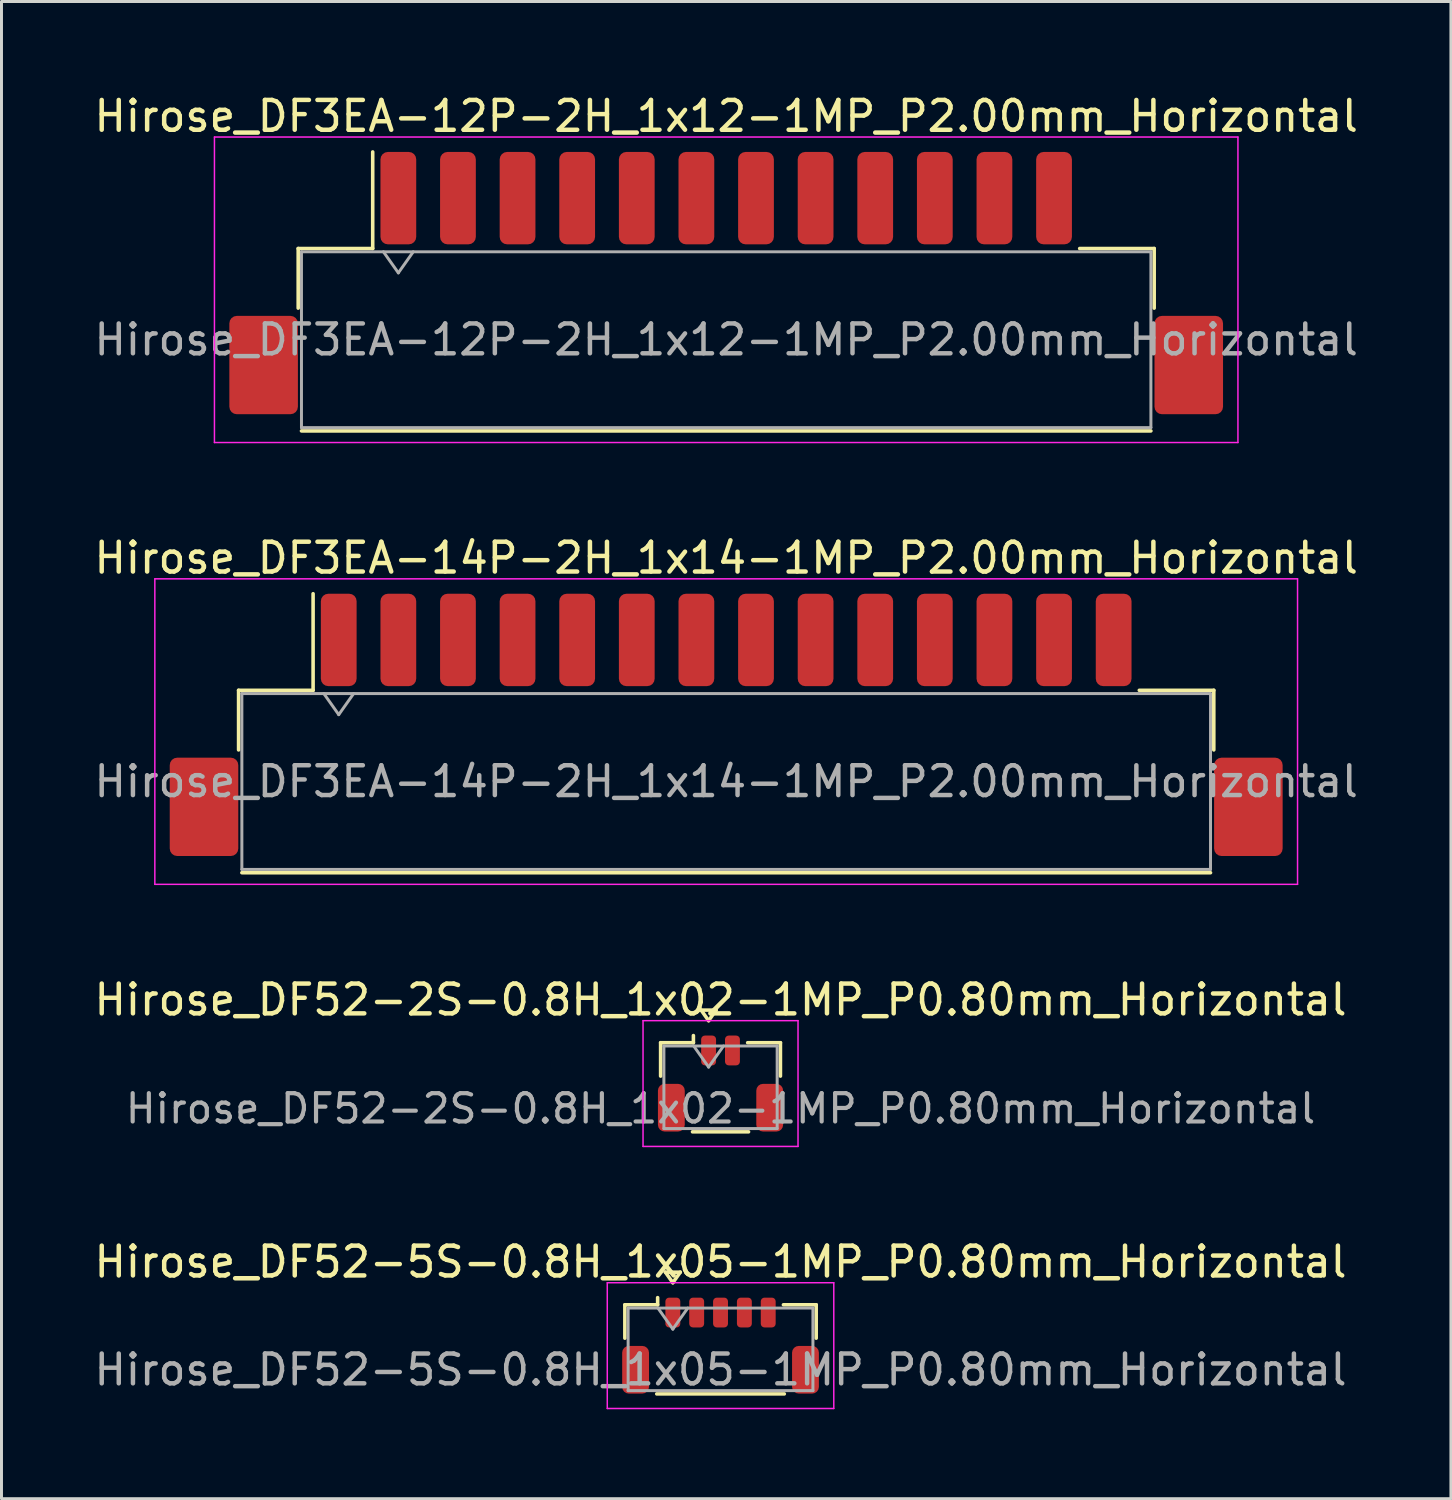
<source format=kicad_pcb>
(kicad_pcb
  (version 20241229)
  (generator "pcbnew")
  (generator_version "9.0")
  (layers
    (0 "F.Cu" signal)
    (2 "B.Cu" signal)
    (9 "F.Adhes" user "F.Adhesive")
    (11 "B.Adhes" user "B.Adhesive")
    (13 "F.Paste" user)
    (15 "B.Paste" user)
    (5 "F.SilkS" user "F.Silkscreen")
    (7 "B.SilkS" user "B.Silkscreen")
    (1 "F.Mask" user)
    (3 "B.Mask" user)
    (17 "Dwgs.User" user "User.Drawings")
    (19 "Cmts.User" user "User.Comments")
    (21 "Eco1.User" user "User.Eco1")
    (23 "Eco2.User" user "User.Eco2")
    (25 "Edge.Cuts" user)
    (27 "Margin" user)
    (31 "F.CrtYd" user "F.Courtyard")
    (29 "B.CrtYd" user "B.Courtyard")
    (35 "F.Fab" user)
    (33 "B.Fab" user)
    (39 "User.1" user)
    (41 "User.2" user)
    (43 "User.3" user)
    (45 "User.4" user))
  (footprint "Hirose_DF52-5S-0.8H_1x05-1MP_P0.80mm_Horizontal"
    (layer "F.Cu")
    (at 21.125 42.098)
    (property "Reference" "Hirose_DF52-5S-0.8H_1x05-1MP_P0.80mm_Horizontal" (at 0 -2.81 0) (layer "F.SilkS") (effects (font (size 1 1) (thickness 0.15))))
    (attr smd)
    (fp_line (start -3.21 -1.37) (end -2.11 -1.37) (stroke (width 0.12) (type solid)) (layer "F.SilkS"))
    (fp_line (start -3.21 -0.25) (end -3.21 -1.37) (stroke (width 0.12) (type solid)) (layer "F.SilkS"))
    (fp_line (start -2.14 1.62) (end 2.14 1.62) (stroke (width 0.12) (type solid)) (layer "F.SilkS"))
    (fp_line (start -2.11 -1.37) (end -2.11 -1.61) (stroke (width 0.12) (type solid)) (layer "F.SilkS"))
    (fp_line (start -1.85 -2.464) (end -1.6 -2.11) (stroke (width 0.12) (type solid)) (layer "F.SilkS"))
    (fp_line (start -1.6 -2.11) (end -1.35 -2.464) (stroke (width 0.12) (type solid)) (layer "F.SilkS"))
    (fp_line (start -1.35 -2.464) (end -1.85 -2.464) (stroke (width 0.12) (type solid)) (layer "F.SilkS"))
    (fp_line (start 3.21 -1.37) (end 2.11 -1.37) (stroke (width 0.12) (type solid)) (layer "F.SilkS"))
    (fp_line (start 3.21 -0.25) (end 3.21 -1.37) (stroke (width 0.12) (type solid)) (layer "F.SilkS"))
    (fp_line (start -3.8 -2.11) (end -3.8 2.11) (stroke (width 0.05) (type solid)) (layer "F.CrtYd"))
    (fp_line (start -3.8 2.11) (end 3.8 2.11) (stroke (width 0.05) (type solid)) (layer "F.CrtYd"))
    (fp_line (start 3.8 -2.11) (end -3.8 -2.11) (stroke (width 0.05) (type solid)) (layer "F.CrtYd"))
    (fp_line (start 3.8 2.11) (end 3.8 -2.11) (stroke (width 0.05) (type solid)) (layer "F.CrtYd"))
    (fp_line (start -3.1 -1.26) (end -3.1 1.51) (stroke (width 0.1) (type solid)) (layer "F.Fab"))
    (fp_line (start -3.1 -1.26) (end 3.1 -1.26) (stroke (width 0.1) (type solid)) (layer "F.Fab"))
    (fp_line (start -3.1 1.51) (end 3.1 1.51) (stroke (width 0.1) (type solid)) (layer "F.Fab"))
    (fp_line (start -2.1 -1.26) (end -1.6 -0.553) (stroke (width 0.1) (type solid)) (layer "F.Fab"))
    (fp_line (start -1.6 -0.553) (end -1.1 -1.26) (stroke (width 0.1) (type solid)) (layer "F.Fab"))
    (fp_line (start 3.1 -1.26) (end 3.1 1.51) (stroke (width 0.1) (type solid)) (layer "F.Fab"))
    (fp_text user "${REFERENCE}" (at 0 0.81 0) (layer "F.Fab") (effects (font (size 1 1) (thickness 0.15))))
    (pad "1" smd roundrect (at -1.6 -1.11) (size 0.5 1) (layers "F.Cu" "F.Mask" "F.Paste") (roundrect_rratio 0.25))
    (pad "2" smd roundrect (at -0.8 -1.11) (size 0.5 1) (layers "F.Cu" "F.Mask" "F.Paste") (roundrect_rratio 0.25))
    (pad "3" smd roundrect (at 0 -1.11) (size 0.5 1) (layers "F.Cu" "F.Mask" "F.Paste") (roundrect_rratio 0.25))
    (pad "4" smd roundrect (at 0.8 -1.11) (size 0.5 1) (layers "F.Cu" "F.Mask" "F.Paste") (roundrect_rratio 0.25))
    (pad "5" smd roundrect (at 1.6 -1.11) (size 0.5 1) (layers "F.Cu" "F.Mask" "F.Paste") (roundrect_rratio 0.25))
    (pad "MP" smd roundrect (at -2.85 0.81) (size 0.9 1.6) (layers "F.Cu" "F.Mask" "F.Paste") (roundrect_rratio 0.25))
    (pad "MP" smd roundrect (at 2.85 0.81) (size 0.9 1.6) (layers "F.Cu" "F.Mask" "F.Paste") (roundrect_rratio 0.25)))
  (footprint "Hirose_DF3EA-14P-2H_1x14-1MP_P2.00mm_Horizontal"
    (layer "F.Cu")
    (at 21.315 21.271)
    (property "Reference" "Hirose_DF3EA-14P-2H_1x14-1MP_P2.00mm_Horizontal" (at 0 -5.6 0) (layer "F.SilkS") (effects (font (size 1 1) (thickness 0.15))))
    (attr smd)
    (fp_line (start -16.36 -1.16) (end -13.86 -1.16) (stroke (width 0.12) (type solid)) (layer "F.SilkS"))
    (fp_line (start -16.36 0.84) (end -16.36 -1.16) (stroke (width 0.12) (type solid)) (layer "F.SilkS"))
    (fp_line (start -16.25 4.96) (end 16.25 4.96) (stroke (width 0.12) (type solid)) (layer "F.SilkS"))
    (fp_line (start -13.86 -1.16) (end -13.86 -4.4) (stroke (width 0.12) (type solid)) (layer "F.SilkS"))
    (fp_line (start 16.36 -1.16) (end 13.86 -1.16) (stroke (width 0.12) (type solid)) (layer "F.SilkS"))
    (fp_line (start 16.36 0.84) (end 16.36 -1.16) (stroke (width 0.12) (type solid)) (layer "F.SilkS"))
    (fp_line (start -19.17 -4.9) (end -19.17 5.35) (stroke (width 0.05) (type solid)) (layer "F.CrtYd"))
    (fp_line (start -19.17 5.35) (end 19.17 5.35) (stroke (width 0.05) (type solid)) (layer "F.CrtYd"))
    (fp_line (start 19.17 -4.9) (end -19.17 -4.9) (stroke (width 0.05) (type solid)) (layer "F.CrtYd"))
    (fp_line (start 19.17 5.35) (end 19.17 -4.9) (stroke (width 0.05) (type solid)) (layer "F.CrtYd"))
    (fp_line (start -16.25 -1.05) (end -16.25 4.85) (stroke (width 0.1) (type solid)) (layer "F.Fab"))
    (fp_line (start -16.25 -1.05) (end 16.25 -1.05) (stroke (width 0.1) (type solid)) (layer "F.Fab"))
    (fp_line (start -16.25 4.85) (end 16.25 4.85) (stroke (width 0.1) (type solid)) (layer "F.Fab"))
    (fp_line (start -13.5 -1.05) (end -13 -0.343) (stroke (width 0.1) (type solid)) (layer "F.Fab"))
    (fp_line (start -13 -0.343) (end -12.5 -1.05) (stroke (width 0.1) (type solid)) (layer "F.Fab"))
    (fp_line (start 16.25 -1.05) (end 16.25 4.85) (stroke (width 0.1) (type solid)) (layer "F.Fab"))
    (fp_text user "${REFERENCE}" (at 0 1.9 0) (layer "F.Fab") (effects (font (size 1 1) (thickness 0.15))))
    (pad "1" smd roundrect (at -13 -2.85) (size 1.2 3.1) (layers "F.Cu" "F.Mask" "F.Paste") (roundrect_rratio 0.208))
    (pad "2" smd roundrect (at -11 -2.85) (size 1.2 3.1) (layers "F.Cu" "F.Mask" "F.Paste") (roundrect_rratio 0.208))
    (pad "3" smd roundrect (at -9 -2.85) (size 1.2 3.1) (layers "F.Cu" "F.Mask" "F.Paste") (roundrect_rratio 0.208))
    (pad "4" smd roundrect (at -7 -2.85) (size 1.2 3.1) (layers "F.Cu" "F.Mask" "F.Paste") (roundrect_rratio 0.208))
    (pad "5" smd roundrect (at -5 -2.85) (size 1.2 3.1) (layers "F.Cu" "F.Mask" "F.Paste") (roundrect_rratio 0.208))
    (pad "6" smd roundrect (at -3 -2.85) (size 1.2 3.1) (layers "F.Cu" "F.Mask" "F.Paste") (roundrect_rratio 0.208))
    (pad "7" smd roundrect (at -1 -2.85) (size 1.2 3.1) (layers "F.Cu" "F.Mask" "F.Paste") (roundrect_rratio 0.208))
    (pad "8" smd roundrect (at 1 -2.85) (size 1.2 3.1) (layers "F.Cu" "F.Mask" "F.Paste") (roundrect_rratio 0.208))
    (pad "9" smd roundrect (at 3 -2.85) (size 1.2 3.1) (layers "F.Cu" "F.Mask" "F.Paste") (roundrect_rratio 0.208))
    (pad "10" smd roundrect (at 5 -2.85) (size 1.2 3.1) (layers "F.Cu" "F.Mask" "F.Paste") (roundrect_rratio 0.208))
    (pad "11" smd roundrect (at 7 -2.85) (size 1.2 3.1) (layers "F.Cu" "F.Mask" "F.Paste") (roundrect_rratio 0.208))
    (pad "12" smd roundrect (at 9 -2.85) (size 1.2 3.1) (layers "F.Cu" "F.Mask" "F.Paste") (roundrect_rratio 0.208))
    (pad "13" smd roundrect (at 11 -2.85) (size 1.2 3.1) (layers "F.Cu" "F.Mask" "F.Paste") (roundrect_rratio 0.208))
    (pad "14" smd roundrect (at 13 -2.85) (size 1.2 3.1) (layers "F.Cu" "F.Mask" "F.Paste") (roundrect_rratio 0.208))
    (pad "MP" smd roundrect (at -17.52 2.75) (size 2.3 3.3) (layers "F.Cu" "F.Mask" "F.Paste") (roundrect_rratio 0.109))
    (pad "MP" smd roundrect (at 17.52 2.75) (size 2.3 3.3) (layers "F.Cu" "F.Mask" "F.Paste") (roundrect_rratio 0.109)))
  (footprint "Hirose_DF3EA-12P-2H_1x12-1MP_P2.00mm_Horizontal"
    (layer "F.Cu")
    (at 21.315 6.448)
    (property "Reference" "Hirose_DF3EA-12P-2H_1x12-1MP_P2.00mm_Horizontal" (at 0 -5.6 0) (layer "F.SilkS") (effects (font (size 1 1) (thickness 0.15))))
    (attr smd)
    (fp_line (start -14.36 -1.16) (end -11.86 -1.16) (stroke (width 0.12) (type solid)) (layer "F.SilkS"))
    (fp_line (start -14.36 0.84) (end -14.36 -1.16) (stroke (width 0.12) (type solid)) (layer "F.SilkS"))
    (fp_line (start -14.25 4.96) (end 14.25 4.96) (stroke (width 0.12) (type solid)) (layer "F.SilkS"))
    (fp_line (start -11.86 -1.16) (end -11.86 -4.4) (stroke (width 0.12) (type solid)) (layer "F.SilkS"))
    (fp_line (start 14.36 -1.16) (end 11.86 -1.16) (stroke (width 0.12) (type solid)) (layer "F.SilkS"))
    (fp_line (start 14.36 0.84) (end 14.36 -1.16) (stroke (width 0.12) (type solid)) (layer "F.SilkS"))
    (fp_line (start -17.17 -4.9) (end -17.17 5.35) (stroke (width 0.05) (type solid)) (layer "F.CrtYd"))
    (fp_line (start -17.17 5.35) (end 17.17 5.35) (stroke (width 0.05) (type solid)) (layer "F.CrtYd"))
    (fp_line (start 17.17 -4.9) (end -17.17 -4.9) (stroke (width 0.05) (type solid)) (layer "F.CrtYd"))
    (fp_line (start 17.17 5.35) (end 17.17 -4.9) (stroke (width 0.05) (type solid)) (layer "F.CrtYd"))
    (fp_line (start -14.25 -1.05) (end -14.25 4.85) (stroke (width 0.1) (type solid)) (layer "F.Fab"))
    (fp_line (start -14.25 -1.05) (end 14.25 -1.05) (stroke (width 0.1) (type solid)) (layer "F.Fab"))
    (fp_line (start -14.25 4.85) (end 14.25 4.85) (stroke (width 0.1) (type solid)) (layer "F.Fab"))
    (fp_line (start -11.5 -1.05) (end -11 -0.343) (stroke (width 0.1) (type solid)) (layer "F.Fab"))
    (fp_line (start -11 -0.343) (end -10.5 -1.05) (stroke (width 0.1) (type solid)) (layer "F.Fab"))
    (fp_line (start 14.25 -1.05) (end 14.25 4.85) (stroke (width 0.1) (type solid)) (layer "F.Fab"))
    (fp_text user "${REFERENCE}" (at 0 1.9 0) (layer "F.Fab") (effects (font (size 1 1) (thickness 0.15))))
    (pad "1" smd roundrect (at -11 -2.85) (size 1.2 3.1) (layers "F.Cu" "F.Mask" "F.Paste") (roundrect_rratio 0.208))
    (pad "2" smd roundrect (at -9 -2.85) (size 1.2 3.1) (layers "F.Cu" "F.Mask" "F.Paste") (roundrect_rratio 0.208))
    (pad "3" smd roundrect (at -7 -2.85) (size 1.2 3.1) (layers "F.Cu" "F.Mask" "F.Paste") (roundrect_rratio 0.208))
    (pad "4" smd roundrect (at -5 -2.85) (size 1.2 3.1) (layers "F.Cu" "F.Mask" "F.Paste") (roundrect_rratio 0.208))
    (pad "5" smd roundrect (at -3 -2.85) (size 1.2 3.1) (layers "F.Cu" "F.Mask" "F.Paste") (roundrect_rratio 0.208))
    (pad "6" smd roundrect (at -1 -2.85) (size 1.2 3.1) (layers "F.Cu" "F.Mask" "F.Paste") (roundrect_rratio 0.208))
    (pad "7" smd roundrect (at 1 -2.85) (size 1.2 3.1) (layers "F.Cu" "F.Mask" "F.Paste") (roundrect_rratio 0.208))
    (pad "8" smd roundrect (at 3 -2.85) (size 1.2 3.1) (layers "F.Cu" "F.Mask" "F.Paste") (roundrect_rratio 0.208))
    (pad "9" smd roundrect (at 5 -2.85) (size 1.2 3.1) (layers "F.Cu" "F.Mask" "F.Paste") (roundrect_rratio 0.208))
    (pad "10" smd roundrect (at 7 -2.85) (size 1.2 3.1) (layers "F.Cu" "F.Mask" "F.Paste") (roundrect_rratio 0.208))
    (pad "11" smd roundrect (at 9 -2.85) (size 1.2 3.1) (layers "F.Cu" "F.Mask" "F.Paste") (roundrect_rratio 0.208))
    (pad "12" smd roundrect (at 11 -2.85) (size 1.2 3.1) (layers "F.Cu" "F.Mask" "F.Paste") (roundrect_rratio 0.208))
    (pad "MP" smd roundrect (at -15.52 2.75) (size 2.3 3.3) (layers "F.Cu" "F.Mask" "F.Paste") (roundrect_rratio 0.109))
    (pad "MP" smd roundrect (at 15.52 2.75) (size 2.3 3.3) (layers "F.Cu" "F.Mask" "F.Paste") (roundrect_rratio 0.109)))
  (footprint "Hirose_DF52-2S-0.8H_1x02-1MP_P0.80mm_Horizontal"
    (layer "F.Cu")
    (at 21.125 33.305)
    (property "Reference" "Hirose_DF52-2S-0.8H_1x02-1MP_P0.80mm_Horizontal" (at 0 -2.81 0) (layer "F.SilkS") (effects (font (size 1 1) (thickness 0.15))))
    (attr smd)
    (fp_line (start -2.01 -1.37) (end -0.91 -1.37) (stroke (width 0.12) (type solid)) (layer "F.SilkS"))
    (fp_line (start -2.01 -0.25) (end -2.01 -1.37) (stroke (width 0.12) (type solid)) (layer "F.SilkS"))
    (fp_line (start -0.94 1.62) (end 0.94 1.62) (stroke (width 0.12) (type solid)) (layer "F.SilkS"))
    (fp_line (start -0.91 -1.37) (end -0.91 -1.61) (stroke (width 0.12) (type solid)) (layer "F.SilkS"))
    (fp_line (start -0.65 -2.464) (end -0.4 -2.11) (stroke (width 0.12) (type solid)) (layer "F.SilkS"))
    (fp_line (start -0.4 -2.11) (end -0.15 -2.464) (stroke (width 0.12) (type solid)) (layer "F.SilkS"))
    (fp_line (start -0.15 -2.464) (end -0.65 -2.464) (stroke (width 0.12) (type solid)) (layer "F.SilkS"))
    (fp_line (start 2.01 -1.37) (end 0.91 -1.37) (stroke (width 0.12) (type solid)) (layer "F.SilkS"))
    (fp_line (start 2.01 -0.25) (end 2.01 -1.37) (stroke (width 0.12) (type solid)) (layer "F.SilkS"))
    (fp_line (start -2.6 -2.11) (end -2.6 2.11) (stroke (width 0.05) (type solid)) (layer "F.CrtYd"))
    (fp_line (start -2.6 2.11) (end 2.6 2.11) (stroke (width 0.05) (type solid)) (layer "F.CrtYd"))
    (fp_line (start 2.6 -2.11) (end -2.6 -2.11) (stroke (width 0.05) (type solid)) (layer "F.CrtYd"))
    (fp_line (start 2.6 2.11) (end 2.6 -2.11) (stroke (width 0.05) (type solid)) (layer "F.CrtYd"))
    (fp_line (start -1.9 -1.26) (end -1.9 1.51) (stroke (width 0.1) (type solid)) (layer "F.Fab"))
    (fp_line (start -1.9 -1.26) (end 1.9 -1.26) (stroke (width 0.1) (type solid)) (layer "F.Fab"))
    (fp_line (start -1.9 1.51) (end 1.9 1.51) (stroke (width 0.1) (type solid)) (layer "F.Fab"))
    (fp_line (start -0.9 -1.26) (end -0.4 -0.553) (stroke (width 0.1) (type solid)) (layer "F.Fab"))
    (fp_line (start -0.4 -0.553) (end 0.1 -1.26) (stroke (width 0.1) (type solid)) (layer "F.Fab"))
    (fp_line (start 1.9 -1.26) (end 1.9 1.51) (stroke (width 0.1) (type solid)) (layer "F.Fab"))
    (fp_text user "${REFERENCE}" (at 0 0.84 0) (layer "F.Fab") (effects (font (size 0.95 0.95) (thickness 0.14))))
    (pad "1" smd roundrect (at -0.4 -1.11) (size 0.5 1) (layers "F.Cu" "F.Mask" "F.Paste") (roundrect_rratio 0.25))
    (pad "2" smd roundrect (at 0.4 -1.11) (size 0.5 1) (layers "F.Cu" "F.Mask" "F.Paste") (roundrect_rratio 0.25))
    (pad "MP" smd roundrect (at -1.65 0.81) (size 0.9 1.6) (layers "F.Cu" "F.Mask" "F.Paste") (roundrect_rratio 0.25))
    (pad "MP" smd roundrect (at 1.65 0.81) (size 0.9 1.6) (layers "F.Cu" "F.Mask" "F.Paste") (roundrect_rratio 0.25)))
  (gr_rect
    (start -3 -3)
    (end 45.631 47.233)
    (stroke (width 0.1) (type default))
    (fill no)
    (layer "Edge.Cuts")))
</source>
